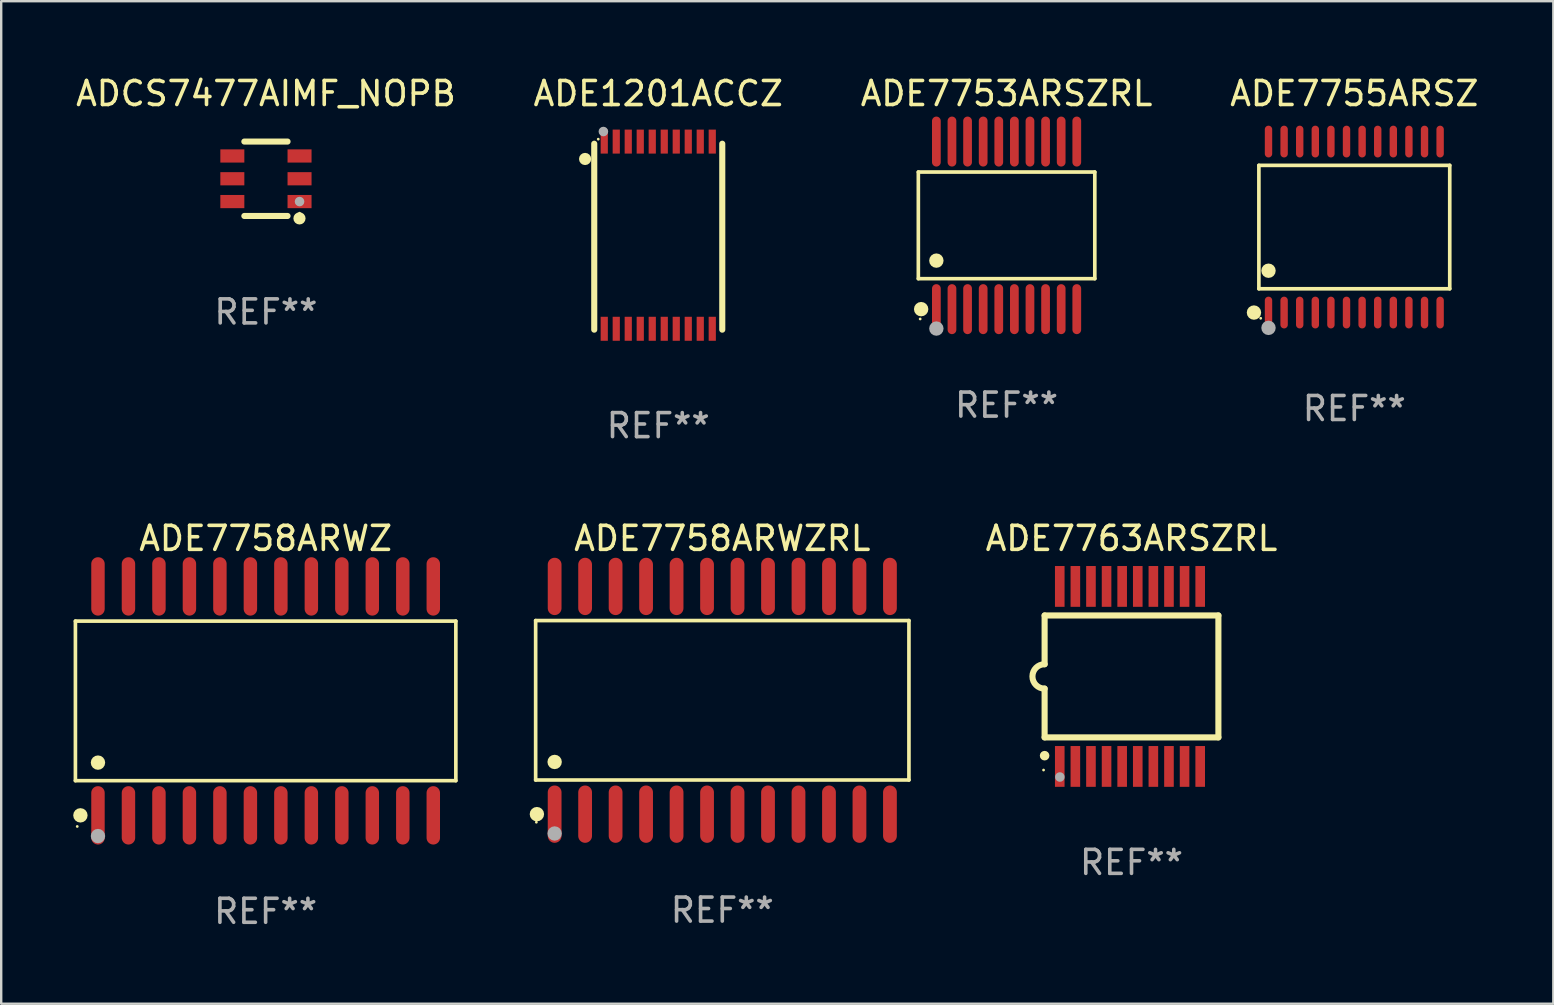
<source format=kicad_pcb>
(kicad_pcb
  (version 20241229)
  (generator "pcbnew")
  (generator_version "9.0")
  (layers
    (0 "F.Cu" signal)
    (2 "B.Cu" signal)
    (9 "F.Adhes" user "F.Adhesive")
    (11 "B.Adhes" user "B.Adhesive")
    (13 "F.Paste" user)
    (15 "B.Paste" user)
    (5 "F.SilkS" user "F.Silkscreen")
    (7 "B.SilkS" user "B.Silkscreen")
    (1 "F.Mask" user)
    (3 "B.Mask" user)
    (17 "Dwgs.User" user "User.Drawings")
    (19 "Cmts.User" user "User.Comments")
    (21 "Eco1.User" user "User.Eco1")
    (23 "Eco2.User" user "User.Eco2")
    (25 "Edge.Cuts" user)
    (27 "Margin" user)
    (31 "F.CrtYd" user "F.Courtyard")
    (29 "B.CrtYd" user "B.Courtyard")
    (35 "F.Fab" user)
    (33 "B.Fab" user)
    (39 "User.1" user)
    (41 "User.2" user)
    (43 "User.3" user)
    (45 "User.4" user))
  (footprint "ADE7758ARWZ"
    (layer "F.Cu")
    (at 8.017 26.151)
    (property "Reference" "ADE7758ARWZ" (at 0 -6.769 0) (layer "F.SilkS") (effects (font (size 1 1) (thickness 0.15))))
    (attr through_hole)
    (fp_line (start -7.925 -3.324) (end 7.925 -3.324) (stroke (width 0.152) (type solid)) (layer "F.SilkS"))
    (fp_line (start -7.925 3.324) (end -7.925 -3.324) (stroke (width 0.152) (type solid)) (layer "F.SilkS"))
    (fp_line (start 7.925 -3.324) (end 7.925 3.324) (stroke (width 0.152) (type solid)) (layer "F.SilkS"))
    (fp_line (start 7.925 3.324) (end -7.925 3.324) (stroke (width 0.152) (type solid)) (layer "F.SilkS"))
    (fp_circle (center -7.849 5.232) (end -7.819 5.232) (stroke (width 0.06) (type solid)) (fill no) (layer "F.SilkS"))
    (fp_circle (center -7.717 4.769) (end -7.567 4.769) (stroke (width 0.3) (type solid)) (fill no) (layer "F.SilkS"))
    (fp_circle (center -6.985 2.572) (end -6.835 2.572) (stroke (width 0.3) (type solid)) (fill no) (layer "F.SilkS"))
    (fp_circle (center -6.985 5.632) (end -6.835 5.632) (stroke (width 0.3) (type solid)) (fill no) (layer "F.Fab"))
    (fp_text user "REF**" (at 0 8.769 0) (layer "F.Fab") (effects (font (size 1 1) (thickness 0.15))))
    (pad "1" smd oval (at -6.985 4.769) (size 0.56 2.432) (layers "F.Cu" "F.Mask" "F.Paste"))
    (pad "2" smd oval (at -5.715 4.769) (size 0.56 2.432) (layers "F.Cu" "F.Mask" "F.Paste"))
    (pad "3" smd oval (at -4.445 4.769) (size 0.56 2.432) (layers "F.Cu" "F.Mask" "F.Paste"))
    (pad "4" smd oval (at -3.175 4.769) (size 0.56 2.432) (layers "F.Cu" "F.Mask" "F.Paste"))
    (pad "5" smd oval (at -1.905 4.769) (size 0.56 2.432) (layers "F.Cu" "F.Mask" "F.Paste"))
    (pad "6" smd oval (at -0.635 4.769) (size 0.56 2.432) (layers "F.Cu" "F.Mask" "F.Paste"))
    (pad "7" smd oval (at 0.635 4.769) (size 0.56 2.432) (layers "F.Cu" "F.Mask" "F.Paste"))
    (pad "8" smd oval (at 1.905 4.769) (size 0.56 2.432) (layers "F.Cu" "F.Mask" "F.Paste"))
    (pad "9" smd oval (at 3.175 4.769) (size 0.56 2.432) (layers "F.Cu" "F.Mask" "F.Paste"))
    (pad "10" smd oval (at 4.445 4.769) (size 0.56 2.432) (layers "F.Cu" "F.Mask" "F.Paste"))
    (pad "11" smd oval (at 5.715 4.769) (size 0.56 2.432) (layers "F.Cu" "F.Mask" "F.Paste"))
    (pad "12" smd oval (at 6.985 4.769) (size 0.56 2.432) (layers "F.Cu" "F.Mask" "F.Paste"))
    (pad "13" smd oval (at 6.985 -4.769) (size 0.56 2.432) (layers "F.Cu" "F.Mask" "F.Paste"))
    (pad "14" smd oval (at 5.715 -4.769) (size 0.56 2.432) (layers "F.Cu" "F.Mask" "F.Paste"))
    (pad "15" smd oval (at 4.445 -4.769) (size 0.56 2.432) (layers "F.Cu" "F.Mask" "F.Paste"))
    (pad "16" smd oval (at 3.175 -4.769) (size 0.56 2.432) (layers "F.Cu" "F.Mask" "F.Paste"))
    (pad "17" smd oval (at 1.905 -4.769) (size 0.56 2.432) (layers "F.Cu" "F.Mask" "F.Paste"))
    (pad "18" smd oval (at 0.635 -4.769) (size 0.56 2.432) (layers "F.Cu" "F.Mask" "F.Paste"))
    (pad "19" smd oval (at -0.635 -4.769) (size 0.56 2.432) (layers "F.Cu" "F.Mask" "F.Paste"))
    (pad "20" smd oval (at -1.905 -4.769) (size 0.56 2.432) (layers "F.Cu" "F.Mask" "F.Paste"))
    (pad "21" smd oval (at -3.175 -4.769) (size 0.56 2.432) (layers "F.Cu" "F.Mask" "F.Paste"))
    (pad "22" smd oval (at -4.445 -4.769) (size 0.56 2.432) (layers "F.Cu" "F.Mask" "F.Paste"))
    (pad "23" smd oval (at -5.715 -4.769) (size 0.56 2.432) (layers "F.Cu" "F.Mask" "F.Paste"))
    (pad "24" smd oval (at -6.985 -4.769) (size 0.56 2.432) (layers "F.Cu" "F.Mask" "F.Paste")))
  (footprint "ADE7758ARWZRL"
    (layer "F.Cu")
    (at 27.043 26.126)
    (property "Reference" "ADE7758ARWZRL" (at 0 -6.744 0) (layer "F.SilkS") (effects (font (size 1 1) (thickness 0.15))))
    (attr through_hole)
    (fp_line (start -7.776 -3.321) (end 7.776 -3.321) (stroke (width 0.152) (type solid)) (layer "F.SilkS"))
    (fp_line (start -7.776 3.321) (end -7.776 -3.321) (stroke (width 0.152) (type solid)) (layer "F.SilkS"))
    (fp_line (start 7.776 -3.321) (end 7.776 3.321) (stroke (width 0.152) (type solid)) (layer "F.SilkS"))
    (fp_line (start 7.776 3.321) (end -7.776 3.321) (stroke (width 0.152) (type solid)) (layer "F.SilkS"))
    (fp_circle (center -7.747 5.08) (end -7.717 5.08) (stroke (width 0.06) (type solid)) (fill no) (layer "F.SilkS"))
    (fp_circle (center -7.724 4.744) (end -7.574 4.744) (stroke (width 0.3) (type solid)) (fill no) (layer "F.SilkS"))
    (fp_circle (center -6.985 2.569) (end -6.835 2.569) (stroke (width 0.3) (type solid)) (fill no) (layer "F.SilkS"))
    (fp_circle (center -6.985 5.55) (end -6.835 5.55) (stroke (width 0.3) (type solid)) (fill no) (layer "F.Fab"))
    (fp_text user "REF**" (at 0 8.744 0) (layer "F.Fab") (effects (font (size 1 1) (thickness 0.15))))
    (pad "1" smd oval (at -6.985 4.744) (size 0.574 2.388) (layers "F.Cu" "F.Mask" "F.Paste"))
    (pad "2" smd oval (at -5.715 4.744) (size 0.574 2.388) (layers "F.Cu" "F.Mask" "F.Paste"))
    (pad "3" smd oval (at -4.445 4.744) (size 0.574 2.388) (layers "F.Cu" "F.Mask" "F.Paste"))
    (pad "4" smd oval (at -3.175 4.744) (size 0.574 2.388) (layers "F.Cu" "F.Mask" "F.Paste"))
    (pad "5" smd oval (at -1.905 4.744) (size 0.574 2.388) (layers "F.Cu" "F.Mask" "F.Paste"))
    (pad "6" smd oval (at -0.635 4.744) (size 0.574 2.388) (layers "F.Cu" "F.Mask" "F.Paste"))
    (pad "7" smd oval (at 0.635 4.744) (size 0.574 2.388) (layers "F.Cu" "F.Mask" "F.Paste"))
    (pad "8" smd oval (at 1.905 4.744) (size 0.574 2.388) (layers "F.Cu" "F.Mask" "F.Paste"))
    (pad "9" smd oval (at 3.175 4.744) (size 0.574 2.388) (layers "F.Cu" "F.Mask" "F.Paste"))
    (pad "10" smd oval (at 4.445 4.744) (size 0.574 2.388) (layers "F.Cu" "F.Mask" "F.Paste"))
    (pad "11" smd oval (at 5.715 4.744) (size 0.574 2.388) (layers "F.Cu" "F.Mask" "F.Paste"))
    (pad "12" smd oval (at 6.985 4.744) (size 0.574 2.388) (layers "F.Cu" "F.Mask" "F.Paste"))
    (pad "13" smd oval (at 6.985 -4.744) (size 0.574 2.388) (layers "F.Cu" "F.Mask" "F.Paste"))
    (pad "14" smd oval (at 5.715 -4.744) (size 0.574 2.388) (layers "F.Cu" "F.Mask" "F.Paste"))
    (pad "15" smd oval (at 4.445 -4.744) (size 0.574 2.388) (layers "F.Cu" "F.Mask" "F.Paste"))
    (pad "16" smd oval (at 3.175 -4.744) (size 0.574 2.388) (layers "F.Cu" "F.Mask" "F.Paste"))
    (pad "17" smd oval (at 1.905 -4.744) (size 0.574 2.388) (layers "F.Cu" "F.Mask" "F.Paste"))
    (pad "18" smd oval (at 0.635 -4.744) (size 0.574 2.388) (layers "F.Cu" "F.Mask" "F.Paste"))
    (pad "19" smd oval (at -0.635 -4.744) (size 0.574 2.388) (layers "F.Cu" "F.Mask" "F.Paste"))
    (pad "20" smd oval (at -1.905 -4.744) (size 0.574 2.388) (layers "F.Cu" "F.Mask" "F.Paste"))
    (pad "21" smd oval (at -3.175 -4.744) (size 0.574 2.388) (layers "F.Cu" "F.Mask" "F.Paste"))
    (pad "22" smd oval (at -4.445 -4.744) (size 0.574 2.388) (layers "F.Cu" "F.Mask" "F.Paste"))
    (pad "23" smd oval (at -5.715 -4.744) (size 0.574 2.388) (layers "F.Cu" "F.Mask" "F.Paste"))
    (pad "24" smd oval (at -6.985 -4.744) (size 0.574 2.388) (layers "F.Cu" "F.Mask" "F.Paste")))
  (footprint "ADE1201ACCZ"
    (layer "F.Cu")
    (at 24.375 6.767)
    (property "Reference" "ADE1201ACCZ" (at 0 -5.918 0) (layer "F.SilkS") (effects (font (size 1 1) (thickness 0.15))))
    (attr through_hole)
    (fp_line (start -2.667 3.918) (end -2.667 -3.829) (stroke (width 0.254) (type solid)) (layer "F.SilkS"))
    (fp_line (start 2.667 3.918) (end 2.667 -3.829) (stroke (width 0.254) (type solid)) (layer "F.SilkS"))
    (fp_circle (center -3.048 -3.194) (end -2.921 -3.194) (stroke (width 0.254) (type solid)) (fill no) (layer "F.SilkS"))
    (fp_circle (center -2.5 -4.019) (end -2.47 -4.019) (stroke (width 0.06) (type solid)) (fill no) (layer "F.SilkS"))
    (fp_circle (center -2.286 -4.337) (end -2.186 -4.337) (stroke (width 0.2) (type solid)) (fill no) (layer "F.Fab"))
    (fp_text user "REF**" (at 0 7.918 0) (layer "F.Fab") (effects (font (size 1 1) (thickness 0.15))))
    (pad "1" smd rect (at -2.25 -3.918) (size 0.3 1) (layers "F.Cu" "F.Mask" "F.Paste"))
    (pad "2" smd rect (at -1.75 -3.918) (size 0.3 1) (layers "F.Cu" "F.Mask" "F.Paste"))
    (pad "3" smd rect (at -1.25 -3.918) (size 0.3 1) (layers "F.Cu" "F.Mask" "F.Paste"))
    (pad "4" smd rect (at -0.75 -3.918) (size 0.3 1) (layers "F.Cu" "F.Mask" "F.Paste"))
    (pad "5" smd rect (at -0.25 -3.918) (size 0.3 1) (layers "F.Cu" "F.Mask" "F.Paste"))
    (pad "6" smd rect (at 0.25 -3.918) (size 0.3 1) (layers "F.Cu" "F.Mask" "F.Paste"))
    (pad "7" smd rect (at 0.75 -3.918) (size 0.3 1) (layers "F.Cu" "F.Mask" "F.Paste"))
    (pad "8" smd rect (at 1.25 -3.918) (size 0.3 1) (layers "F.Cu" "F.Mask" "F.Paste"))
    (pad "9" smd rect (at 1.75 -3.918) (size 0.3 1) (layers "F.Cu" "F.Mask" "F.Paste"))
    (pad "10" smd rect (at 2.25 -3.918) (size 0.3 1) (layers "F.Cu" "F.Mask" "F.Paste"))
    (pad "11" smd rect (at 2.25 3.881) (size 0.3 1) (layers "F.Cu" "F.Mask" "F.Paste"))
    (pad "12" smd rect (at 1.75 3.881) (size 0.3 1) (layers "F.Cu" "F.Mask" "F.Paste"))
    (pad "13" smd rect (at 1.25 3.881) (size 0.3 1) (layers "F.Cu" "F.Mask" "F.Paste"))
    (pad "14" smd rect (at 0.75 3.881) (size 0.3 1) (layers "F.Cu" "F.Mask" "F.Paste"))
    (pad "15" smd rect (at 0.25 3.881) (size 0.3 1) (layers "F.Cu" "F.Mask" "F.Paste"))
    (pad "16" smd rect (at -0.25 3.881) (size 0.3 1) (layers "F.Cu" "F.Mask" "F.Paste"))
    (pad "17" smd rect (at -0.75 3.881) (size 0.3 1) (layers "F.Cu" "F.Mask" "F.Paste"))
    (pad "18" smd rect (at -1.25 3.881) (size 0.3 1) (layers "F.Cu" "F.Mask" "F.Paste"))
    (pad "19" smd rect (at -1.75 3.881) (size 0.3 1) (layers "F.Cu" "F.Mask" "F.Paste"))
    (pad "20" smd rect (at -2.25 3.881) (size 0.3 1) (layers "F.Cu" "F.Mask" "F.Paste")))
  (footprint "ADE7753ARSZRL"
    (layer "F.Cu")
    (at 38.887 6.339)
    (property "Reference" "ADE7753ARSZRL" (at 0 -5.491 0) (layer "F.SilkS") (effects (font (size 1 1) (thickness 0.15))))
    (attr through_hole)
    (fp_line (start -3.676 -2.221) (end 3.676 -2.221) (stroke (width 0.152) (type solid)) (layer "F.SilkS"))
    (fp_line (start -3.676 2.221) (end -3.676 -2.221) (stroke (width 0.152) (type solid)) (layer "F.SilkS"))
    (fp_line (start 3.676 -2.221) (end 3.676 2.221) (stroke (width 0.152) (type solid)) (layer "F.SilkS"))
    (fp_line (start 3.676 2.221) (end -3.676 2.221) (stroke (width 0.152) (type solid)) (layer "F.SilkS"))
    (fp_circle (center -3.6 3.9) (end -3.57 3.9) (stroke (width 0.06) (type solid)) (fill no) (layer "F.SilkS"))
    (fp_circle (center -3.559 3.491) (end -3.409 3.491) (stroke (width 0.3) (type solid)) (fill no) (layer "F.SilkS"))
    (fp_circle (center -2.925 1.469) (end -2.775 1.469) (stroke (width 0.3) (type solid)) (fill no) (layer "F.SilkS"))
    (fp_circle (center -2.925 4.3) (end -2.775 4.3) (stroke (width 0.3) (type solid)) (fill no) (layer "F.Fab"))
    (fp_text user "REF**" (at 0 7.491 0) (layer "F.Fab") (effects (font (size 1 1) (thickness 0.15))))
    (pad "1" smd oval (at -2.925 3.491) (size 0.364 2.082) (layers "F.Cu" "F.Mask" "F.Paste"))
    (pad "2" smd oval (at -2.275 3.491) (size 0.364 2.082) (layers "F.Cu" "F.Mask" "F.Paste"))
    (pad "3" smd oval (at -1.625 3.491) (size 0.364 2.082) (layers "F.Cu" "F.Mask" "F.Paste"))
    (pad "4" smd oval (at -0.975 3.491) (size 0.364 2.082) (layers "F.Cu" "F.Mask" "F.Paste"))
    (pad "5" smd oval (at -0.325 3.491) (size 0.364 2.082) (layers "F.Cu" "F.Mask" "F.Paste"))
    (pad "6" smd oval (at 0.325 3.491) (size 0.364 2.082) (layers "F.Cu" "F.Mask" "F.Paste"))
    (pad "7" smd oval (at 0.975 3.491) (size 0.364 2.082) (layers "F.Cu" "F.Mask" "F.Paste"))
    (pad "8" smd oval (at 1.625 3.491) (size 0.364 2.082) (layers "F.Cu" "F.Mask" "F.Paste"))
    (pad "9" smd oval (at 2.275 3.491) (size 0.364 2.082) (layers "F.Cu" "F.Mask" "F.Paste"))
    (pad "10" smd oval (at 2.925 3.491) (size 0.364 2.082) (layers "F.Cu" "F.Mask" "F.Paste"))
    (pad "11" smd oval (at 2.925 -3.491) (size 0.364 2.082) (layers "F.Cu" "F.Mask" "F.Paste"))
    (pad "12" smd oval (at 2.275 -3.491) (size 0.364 2.082) (layers "F.Cu" "F.Mask" "F.Paste"))
    (pad "13" smd oval (at 1.625 -3.491) (size 0.364 2.082) (layers "F.Cu" "F.Mask" "F.Paste"))
    (pad "14" smd oval (at 0.975 -3.491) (size 0.364 2.082) (layers "F.Cu" "F.Mask" "F.Paste"))
    (pad "15" smd oval (at 0.325 -3.491) (size 0.364 2.082) (layers "F.Cu" "F.Mask" "F.Paste"))
    (pad "16" smd oval (at -0.325 -3.491) (size 0.364 2.082) (layers "F.Cu" "F.Mask" "F.Paste"))
    (pad "17" smd oval (at -0.975 -3.491) (size 0.364 2.082) (layers "F.Cu" "F.Mask" "F.Paste"))
    (pad "18" smd oval (at -1.625 -3.491) (size 0.364 2.082) (layers "F.Cu" "F.Mask" "F.Paste"))
    (pad "19" smd oval (at -2.275 -3.491) (size 0.364 2.082) (layers "F.Cu" "F.Mask" "F.Paste"))
    (pad "20" smd oval (at -2.925 -3.491) (size 0.364 2.082) (layers "F.Cu" "F.Mask" "F.Paste")))
  (footprint "ADE7763ARSZRL"
    (layer "F.Cu")
    (at 44.092 25.132)
    (property "Reference" "ADE7763ARSZRL" (at 0 -5.75 0) (layer "F.SilkS") (effects (font (size 1 1) (thickness 0.15))))
    (attr through_hole)
    (fp_line (start -3.62 -2.54) (end 3.62 -2.54) (stroke (width 0.254) (type solid)) (layer "F.SilkS"))
    (fp_line (start -3.62 -0.508) (end -3.62 -2.54) (stroke (width 0.254) (type solid)) (layer "F.SilkS"))
    (fp_line (start -3.62 2.54) (end -3.62 0.508) (stroke (width 0.254) (type solid)) (layer "F.SilkS"))
    (fp_line (start 3.62 -2.54) (end 3.62 2.54) (stroke (width 0.254) (type solid)) (layer "F.SilkS"))
    (fp_line (start 3.62 2.54) (end -3.62 2.54) (stroke (width 0.254) (type solid)) (layer "F.SilkS"))
    (fp_arc (start -3.619507 0.508052) (mid -4.125607 0.000051) (end -3.619507 -0.50795) (stroke (width 0.254001) (type solid)) (layer "F.SilkS"))
    (fp_circle (center -3.664 3.9) (end -3.634 3.9) (stroke (width 0.06) (type solid)) (fill no) (layer "F.SilkS"))
    (fp_circle (center -3.62 3.302) (end -3.52 3.302) (stroke (width 0.2) (type solid)) (fill no) (layer "F.SilkS"))
    (fp_circle (center -2.985 4.191) (end -2.885 4.191) (stroke (width 0.2) (type solid)) (fill no) (layer "F.Fab"))
    (fp_text user "REF**" (at 0 7.75 0) (layer "F.Fab") (effects (font (size 1 1) (thickness 0.15))))
    (pad "1" smd rect (at -2.989 3.75) (size 0.4 1.7) (layers "F.Cu" "F.Mask" "F.Paste"))
    (pad "2" smd rect (at -2.339 3.75) (size 0.4 1.7) (layers "F.Cu" "F.Mask" "F.Paste"))
    (pad "3" smd rect (at -1.689 3.75) (size 0.4 1.7) (layers "F.Cu" "F.Mask" "F.Paste"))
    (pad "4" smd rect (at -1.039 3.75) (size 0.4 1.7) (layers "F.Cu" "F.Mask" "F.Paste"))
    (pad "5" smd rect (at -0.389 3.75) (size 0.4 1.7) (layers "F.Cu" "F.Mask" "F.Paste"))
    (pad "6" smd rect (at 0.261 3.75) (size 0.4 1.7) (layers "F.Cu" "F.Mask" "F.Paste"))
    (pad "7" smd rect (at 0.911 3.75) (size 0.4 1.7) (layers "F.Cu" "F.Mask" "F.Paste"))
    (pad "8" smd rect (at 1.561 3.75) (size 0.4 1.7) (layers "F.Cu" "F.Mask" "F.Paste"))
    (pad "9" smd rect (at 2.211 3.75) (size 0.4 1.7) (layers "F.Cu" "F.Mask" "F.Paste"))
    (pad "10" smd rect (at 2.862 3.75) (size 0.4 1.7) (layers "F.Cu" "F.Mask" "F.Paste"))
    (pad "11" smd rect (at 2.862 -3.75) (size 0.4 1.7) (layers "F.Cu" "F.Mask" "F.Paste"))
    (pad "12" smd rect (at 2.211 -3.75) (size 0.4 1.7) (layers "F.Cu" "F.Mask" "F.Paste"))
    (pad "13" smd rect (at 1.561 -3.75) (size 0.4 1.7) (layers "F.Cu" "F.Mask" "F.Paste"))
    (pad "14" smd rect (at 0.911 -3.75) (size 0.4 1.7) (layers "F.Cu" "F.Mask" "F.Paste"))
    (pad "15" smd rect (at 0.261 -3.75) (size 0.4 1.7) (layers "F.Cu" "F.Mask" "F.Paste"))
    (pad "16" smd rect (at -0.389 -3.75) (size 0.4 1.7) (layers "F.Cu" "F.Mask" "F.Paste"))
    (pad "17" smd rect (at -1.039 -3.75) (size 0.4 1.7) (layers "F.Cu" "F.Mask" "F.Paste"))
    (pad "18" smd rect (at -1.689 -3.75) (size 0.4 1.7) (layers "F.Cu" "F.Mask" "F.Paste"))
    (pad "19" smd rect (at -2.339 -3.75) (size 0.4 1.7) (layers "F.Cu" "F.Mask" "F.Paste"))
    (pad "20" smd rect (at -2.989 -3.75) (size 0.4 1.7) (layers "F.Cu" "F.Mask" "F.Paste")))
  (footprint "ADE7755ARSZ"
    (layer "F.Cu")
    (at 53.375 6.41)
    (property "Reference" "ADE7755ARSZ" (at 0 -5.562 0) (layer "F.SilkS") (effects (font (size 1 1) (thickness 0.15))))
    (attr through_hole)
    (fp_line (start -3.976 -2.571) (end 3.976 -2.571) (stroke (width 0.152) (type solid)) (layer "F.SilkS"))
    (fp_line (start -3.976 2.571) (end -3.976 -2.571) (stroke (width 0.152) (type solid)) (layer "F.SilkS"))
    (fp_line (start 3.976 -2.571) (end 3.976 2.571) (stroke (width 0.152) (type solid)) (layer "F.SilkS"))
    (fp_line (start 3.976 2.571) (end -3.976 2.571) (stroke (width 0.152) (type solid)) (layer "F.SilkS"))
    (fp_circle (center -4.181 3.562) (end -4.031 3.562) (stroke (width 0.3) (type solid)) (fill no) (layer "F.SilkS"))
    (fp_circle (center -3.9 3.8) (end -3.87 3.8) (stroke (width 0.06) (type solid)) (fill no) (layer "F.SilkS"))
    (fp_circle (center -3.575 1.819) (end -3.425 1.819) (stroke (width 0.3) (type solid)) (fill no) (layer "F.SilkS"))
    (fp_circle (center -3.575 4.2) (end -3.425 4.2) (stroke (width 0.3) (type solid)) (fill no) (layer "F.Fab"))
    (fp_text user "REF**" (at 0 7.562 0) (layer "F.Fab") (effects (font (size 1 1) (thickness 0.15))))
    (pad "1" smd oval (at -3.575 3.562) (size 0.308 1.324) (layers "F.Cu" "F.Mask" "F.Paste"))
    (pad "2" smd oval (at -2.925 3.562) (size 0.308 1.324) (layers "F.Cu" "F.Mask" "F.Paste"))
    (pad "3" smd oval (at -2.275 3.562) (size 0.308 1.324) (layers "F.Cu" "F.Mask" "F.Paste"))
    (pad "4" smd oval (at -1.625 3.562) (size 0.308 1.324) (layers "F.Cu" "F.Mask" "F.Paste"))
    (pad "5" smd oval (at -0.975 3.562) (size 0.308 1.324) (layers "F.Cu" "F.Mask" "F.Paste"))
    (pad "6" smd oval (at -0.325 3.562) (size 0.308 1.324) (layers "F.Cu" "F.Mask" "F.Paste"))
    (pad "7" smd oval (at 0.325 3.562) (size 0.308 1.324) (layers "F.Cu" "F.Mask" "F.Paste"))
    (pad "8" smd oval (at 0.975 3.562) (size 0.308 1.324) (layers "F.Cu" "F.Mask" "F.Paste"))
    (pad "9" smd oval (at 1.625 3.562) (size 0.308 1.324) (layers "F.Cu" "F.Mask" "F.Paste"))
    (pad "10" smd oval (at 2.275 3.562) (size 0.308 1.324) (layers "F.Cu" "F.Mask" "F.Paste"))
    (pad "11" smd oval (at 2.925 3.562) (size 0.308 1.324) (layers "F.Cu" "F.Mask" "F.Paste"))
    (pad "12" smd oval (at 3.575 3.562) (size 0.308 1.324) (layers "F.Cu" "F.Mask" "F.Paste"))
    (pad "13" smd oval (at 3.575 -3.562) (size 0.308 1.324) (layers "F.Cu" "F.Mask" "F.Paste"))
    (pad "14" smd oval (at 2.925 -3.562) (size 0.308 1.324) (layers "F.Cu" "F.Mask" "F.Paste"))
    (pad "15" smd oval (at 2.275 -3.562) (size 0.308 1.324) (layers "F.Cu" "F.Mask" "F.Paste"))
    (pad "16" smd oval (at 1.625 -3.562) (size 0.308 1.324) (layers "F.Cu" "F.Mask" "F.Paste"))
    (pad "17" smd oval (at 0.975 -3.562) (size 0.308 1.324) (layers "F.Cu" "F.Mask" "F.Paste"))
    (pad "18" smd oval (at 0.325 -3.562) (size 0.308 1.324) (layers "F.Cu" "F.Mask" "F.Paste"))
    (pad "19" smd oval (at -0.325 -3.562) (size 0.308 1.324) (layers "F.Cu" "F.Mask" "F.Paste"))
    (pad "20" smd oval (at -0.975 -3.562) (size 0.308 1.324) (layers "F.Cu" "F.Mask" "F.Paste"))
    (pad "21" smd oval (at -1.625 -3.562) (size 0.308 1.324) (layers "F.Cu" "F.Mask" "F.Paste"))
    (pad "22" smd oval (at -2.275 -3.562) (size 0.308 1.324) (layers "F.Cu" "F.Mask" "F.Paste"))
    (pad "23" smd oval (at -2.925 -3.562) (size 0.308 1.324) (layers "F.Cu" "F.Mask" "F.Paste"))
    (pad "24" smd oval (at -3.575 -3.562) (size 0.308 1.324) (layers "F.Cu" "F.Mask" "F.Paste")))
  (footprint "ADCS7477AIMF_NOPB"
    (layer "F.Cu")
    (at 8.03 4.398)
    (property "Reference" "ADCS7477AIMF_NOPB" (at 0 -3.55 0) (layer "F.SilkS") (effects (font (size 1 1) (thickness 0.15))))
    (attr through_hole)
    (fp_line (start -0.9 -1.55) (end 0.9 -1.55) (stroke (width 0.254) (type solid)) (layer "F.SilkS"))
    (fp_line (start -0.9 1.55) (end 0.9 1.55) (stroke (width 0.254) (type solid)) (layer "F.SilkS"))
    (fp_circle (center 1.397 1.651) (end 1.524 1.651) (stroke (width 0.254) (type solid)) (fill no) (layer "F.SilkS"))
    (fp_circle (center 1.4 1.435) (end 1.43 1.435) (stroke (width 0.06) (type solid)) (fill no) (layer "F.SilkS"))
    (fp_circle (center 1.4 0.95) (end 1.5 0.95) (stroke (width 0.2) (type solid)) (fill no) (layer "F.Fab"))
    (fp_text user "REF**" (at 0 5.55 0) (layer "F.Fab") (effects (font (size 1 1) (thickness 0.15))))
    (pad "1" smd rect (at 1.4 0.95) (size 1 0.55) (layers "F.Cu" "F.Mask" "F.Paste"))
    (pad "2" smd rect (at 1.4 -0.000102) (size 1 0.55) (layers "F.Cu" "F.Mask" "F.Paste"))
    (pad "3" smd rect (at 1.4 -0.95) (size 1 0.55) (layers "F.Cu" "F.Mask" "F.Paste"))
    (pad "4" smd rect (at -1.4 -0.95) (size 1 0.55) (layers "F.Cu" "F.Mask" "F.Paste"))
    (pad "5" smd rect (at -1.4 -0.000102) (size 1 0.55) (layers "F.Cu" "F.Mask" "F.Paste"))
    (pad "6" smd rect (at -1.4 0.95) (size 1 0.55) (layers "F.Cu" "F.Mask" "F.Paste")))
  (gr_rect
    (start -3 -3)
    (end 61.667 38.768)
    (stroke (width 0.1) (type default))
    (fill no)
    (layer "Edge.Cuts")))
</source>
